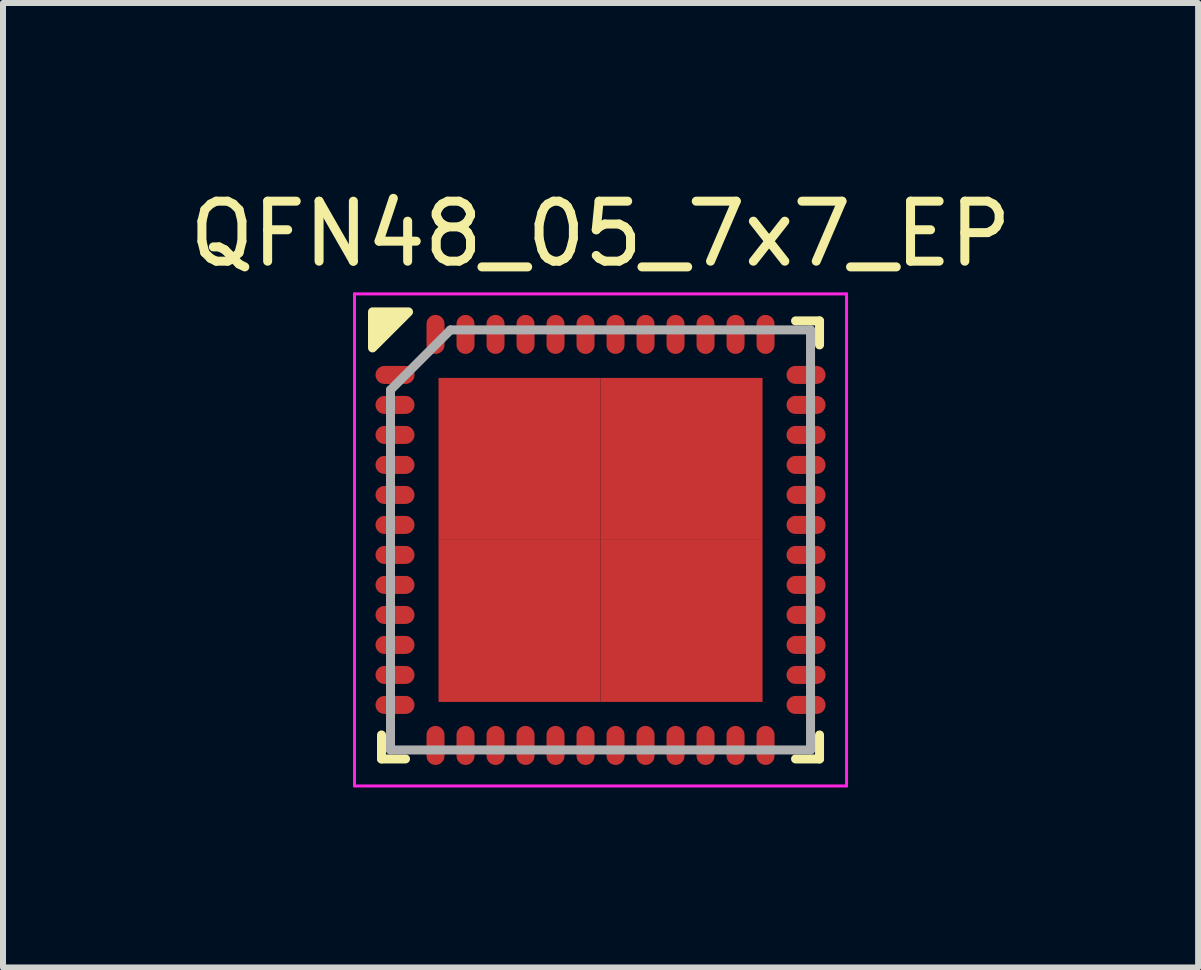
<source format=kicad_pcb>
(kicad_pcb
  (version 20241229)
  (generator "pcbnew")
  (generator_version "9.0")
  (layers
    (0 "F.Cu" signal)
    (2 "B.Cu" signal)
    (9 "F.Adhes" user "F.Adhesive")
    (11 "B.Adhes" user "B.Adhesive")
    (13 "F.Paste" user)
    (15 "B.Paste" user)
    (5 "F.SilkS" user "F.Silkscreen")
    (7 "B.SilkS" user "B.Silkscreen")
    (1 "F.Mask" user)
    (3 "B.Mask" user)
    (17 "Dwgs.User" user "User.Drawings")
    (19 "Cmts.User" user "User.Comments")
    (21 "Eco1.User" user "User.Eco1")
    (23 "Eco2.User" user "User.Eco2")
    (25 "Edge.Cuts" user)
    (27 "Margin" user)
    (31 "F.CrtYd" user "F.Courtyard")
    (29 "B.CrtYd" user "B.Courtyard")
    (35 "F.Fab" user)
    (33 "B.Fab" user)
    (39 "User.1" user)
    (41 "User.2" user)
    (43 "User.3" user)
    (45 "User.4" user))
  (footprint "QFN48_05_7x7_EP"
    (layer "F.Cu")
    (at 6.958 5.948)
    (property "Reference" "QFN48_05_7x7_EP" (at 0 -5.1 0) (layer "F.SilkS") (effects (font (size 1 1) (thickness 0.15))))
    (attr smd)
    (fp_line (start -3.65 3.65) (end -3.65 3.25) (stroke (width 0.15) (type solid)) (layer "F.SilkS"))
    (fp_line (start -3.25 3.65) (end -3.65 3.65) (stroke (width 0.15) (type solid)) (layer "F.SilkS"))
    (fp_line (start 3.25 -3.65) (end 3.65 -3.65) (stroke (width 0.15) (type solid)) (layer "F.SilkS"))
    (fp_line (start 3.25 3.65) (end 3.65 3.65) (stroke (width 0.15) (type solid)) (layer "F.SilkS"))
    (fp_line (start 3.65 -3.65) (end 3.65 -3.25) (stroke (width 0.15) (type solid)) (layer "F.SilkS"))
    (fp_line (start 3.65 3.65) (end 3.65 3.25) (stroke (width 0.15) (type solid)) (layer "F.SilkS"))
    (fp_poly (pts (xy -3.8 -3.2) (xy -3.8 -3.8) (xy -3.2 -3.8)) (stroke (width 0.15) (type solid)) (fill yes) (layer "F.SilkS"))
    (fp_line (start -4.1 -4.1) (end 4.1 -4.1) (stroke (width 0.05) (type solid)) (layer "F.CrtYd"))
    (fp_line (start -4.1 4.1) (end -4.1 -4.1) (stroke (width 0.05) (type solid)) (layer "F.CrtYd"))
    (fp_line (start 4.1 -4.1) (end 4.1 4.1) (stroke (width 0.05) (type solid)) (layer "F.CrtYd"))
    (fp_line (start 4.1 4.1) (end -4.1 4.1) (stroke (width 0.05) (type solid)) (layer "F.CrtYd"))
    (fp_line (start -3.5 -2.5) (end -3.5 3.5) (stroke (width 0.15) (type solid)) (layer "F.Fab"))
    (fp_line (start -3.5 3.5) (end 3.5 3.5) (stroke (width 0.15) (type solid)) (layer "F.Fab"))
    (fp_line (start -2.5 -3.5) (end -3.5 -2.5) (stroke (width 0.15) (type solid)) (layer "F.Fab"))
    (fp_line (start 3.5 -3.5) (end -2.5 -3.5) (stroke (width 0.15) (type solid)) (layer "F.Fab"))
    (fp_line (start 3.5 3.5) (end 3.5 -3.5) (stroke (width 0.15) (type solid)) (layer "F.Fab"))
    (pad "1" smd oval (at -3.425 -2.75 90) (size 0.3 0.65) (layers "F.Cu" "F.Mask" "F.Paste"))
    (pad "2" smd oval (at -3.425 -2.25 90) (size 0.3 0.65) (layers "F.Cu" "F.Mask" "F.Paste"))
    (pad "3" smd oval (at -3.425 -1.75 90) (size 0.3 0.65) (layers "F.Cu" "F.Mask" "F.Paste"))
    (pad "4" smd oval (at -3.425 -1.25 90) (size 0.3 0.65) (layers "F.Cu" "F.Mask" "F.Paste"))
    (pad "5" smd oval (at -3.425 -0.75 90) (size 0.3 0.65) (layers "F.Cu" "F.Mask" "F.Paste"))
    (pad "6" smd oval (at -3.425 -0.25 90) (size 0.3 0.65) (layers "F.Cu" "F.Mask" "F.Paste"))
    (pad "7" smd oval (at -3.425 0.25 90) (size 0.3 0.65) (layers "F.Cu" "F.Mask" "F.Paste"))
    (pad "8" smd oval (at -3.425 0.75 90) (size 0.3 0.65) (layers "F.Cu" "F.Mask" "F.Paste"))
    (pad "9" smd oval (at -3.425 1.25 90) (size 0.3 0.65) (layers "F.Cu" "F.Mask" "F.Paste"))
    (pad "10" smd oval (at -3.425 1.75 90) (size 0.3 0.65) (layers "F.Cu" "F.Mask" "F.Paste"))
    (pad "11" smd oval (at -3.425 2.25 90) (size 0.3 0.65) (layers "F.Cu" "F.Mask" "F.Paste"))
    (pad "12" smd oval (at -3.425 2.75 90) (size 0.3 0.65) (layers "F.Cu" "F.Mask" "F.Paste"))
    (pad "13" smd oval (at -2.75 3.425) (size 0.3 0.65) (layers "F.Cu" "F.Mask" "F.Paste"))
    (pad "14" smd oval (at -2.25 3.425) (size 0.3 0.65) (layers "F.Cu" "F.Mask" "F.Paste"))
    (pad "15" smd oval (at -1.75 3.425) (size 0.3 0.65) (layers "F.Cu" "F.Mask" "F.Paste"))
    (pad "16" smd oval (at -1.25 3.425) (size 0.3 0.65) (layers "F.Cu" "F.Mask" "F.Paste"))
    (pad "17" smd oval (at -0.75 3.425) (size 0.3 0.65) (layers "F.Cu" "F.Mask" "F.Paste"))
    (pad "18" smd oval (at -0.25 3.425) (size 0.3 0.65) (layers "F.Cu" "F.Mask" "F.Paste"))
    (pad "19" smd oval (at 0.25 3.425) (size 0.3 0.65) (layers "F.Cu" "F.Mask" "F.Paste"))
    (pad "20" smd oval (at 0.75 3.425) (size 0.3 0.65) (layers "F.Cu" "F.Mask" "F.Paste"))
    (pad "21" smd oval (at 1.25 3.425) (size 0.3 0.65) (layers "F.Cu" "F.Mask" "F.Paste"))
    (pad "22" smd oval (at 1.75 3.425) (size 0.3 0.65) (layers "F.Cu" "F.Mask" "F.Paste"))
    (pad "23" smd oval (at 2.25 3.425) (size 0.3 0.65) (layers "F.Cu" "F.Mask" "F.Paste"))
    (pad "24" smd oval (at 2.75 3.425) (size 0.3 0.65) (layers "F.Cu" "F.Mask" "F.Paste"))
    (pad "25" smd oval (at 3.425 2.75 90) (size 0.3 0.65) (layers "F.Cu" "F.Mask" "F.Paste"))
    (pad "26" smd oval (at 3.425 2.25 90) (size 0.3 0.65) (layers "F.Cu" "F.Mask" "F.Paste"))
    (pad "27" smd oval (at 3.425 1.75 90) (size 0.3 0.65) (layers "F.Cu" "F.Mask" "F.Paste"))
    (pad "28" smd oval (at 3.425 1.25 90) (size 0.3 0.65) (layers "F.Cu" "F.Mask" "F.Paste"))
    (pad "29" smd oval (at 3.425 0.75 90) (size 0.3 0.65) (layers "F.Cu" "F.Mask" "F.Paste"))
    (pad "30" smd oval (at 3.425 0.25 90) (size 0.3 0.65) (layers "F.Cu" "F.Mask" "F.Paste"))
    (pad "31" smd oval (at 3.425 -0.25 90) (size 0.3 0.65) (layers "F.Cu" "F.Mask" "F.Paste"))
    (pad "32" smd oval (at 3.425 -0.75 90) (size 0.3 0.65) (layers "F.Cu" "F.Mask" "F.Paste"))
    (pad "33" smd oval (at 3.425 -1.25 90) (size 0.3 0.65) (layers "F.Cu" "F.Mask" "F.Paste"))
    (pad "34" smd oval (at 3.425 -1.75 90) (size 0.3 0.65) (layers "F.Cu" "F.Mask" "F.Paste"))
    (pad "35" smd oval (at 3.425 -2.25 90) (size 0.3 0.65) (layers "F.Cu" "F.Mask" "F.Paste"))
    (pad "36" smd oval (at 3.425 -2.75 90) (size 0.3 0.65) (layers "F.Cu" "F.Mask" "F.Paste"))
    (pad "37" smd oval (at 2.75 -3.425) (size 0.3 0.65) (layers "F.Cu" "F.Mask" "F.Paste"))
    (pad "38" smd oval (at 2.25 -3.425) (size 0.3 0.65) (layers "F.Cu" "F.Mask" "F.Paste"))
    (pad "39" smd oval (at 1.75 -3.425) (size 0.3 0.65) (layers "F.Cu" "F.Mask" "F.Paste"))
    (pad "40" smd oval (at 1.25 -3.425) (size 0.3 0.65) (layers "F.Cu" "F.Mask" "F.Paste"))
    (pad "41" smd oval (at 0.75 -3.425) (size 0.3 0.65) (layers "F.Cu" "F.Mask" "F.Paste"))
    (pad "42" smd oval (at 0.25 -3.425) (size 0.3 0.65) (layers "F.Cu" "F.Mask" "F.Paste"))
    (pad "43" smd oval (at -0.25 -3.425) (size 0.3 0.65) (layers "F.Cu" "F.Mask" "F.Paste"))
    (pad "44" smd oval (at -0.75 -3.425) (size 0.3 0.65) (layers "F.Cu" "F.Mask" "F.Paste"))
    (pad "45" smd oval (at -1.25 -3.425) (size 0.3 0.65) (layers "F.Cu" "F.Mask" "F.Paste"))
    (pad "46" smd oval (at -1.75 -3.425) (size 0.3 0.65) (layers "F.Cu" "F.Mask" "F.Paste"))
    (pad "47" smd oval (at -2.25 -3.425) (size 0.3 0.65) (layers "F.Cu" "F.Mask" "F.Paste"))
    (pad "48" smd oval (at -2.75 -3.425) (size 0.3 0.65) (layers "F.Cu" "F.Mask" "F.Paste"))
    (pad "49" smd rect (at -1.35 -1.35) (size 2.7 2.7) (layers "F.Cu" "F.Mask" "F.Paste"))
    (pad "49" smd rect (at -1.35 1.35) (size 2.7 2.7) (layers "F.Cu" "F.Mask" "F.Paste"))
    (pad "49" smd rect (at 1.35 -1.35) (size 2.7 2.7) (layers "F.Cu" "F.Mask" "F.Paste"))
    (pad "49" smd rect (at 1.35 1.35) (size 2.7 2.7) (layers "F.Cu" "F.Mask" "F.Paste")))
  (gr_rect
    (start -3 -3)
    (end 16.917 13.073)
    (stroke (width 0.1) (type default))
    (fill no)
    (layer "Edge.Cuts")))
</source>
